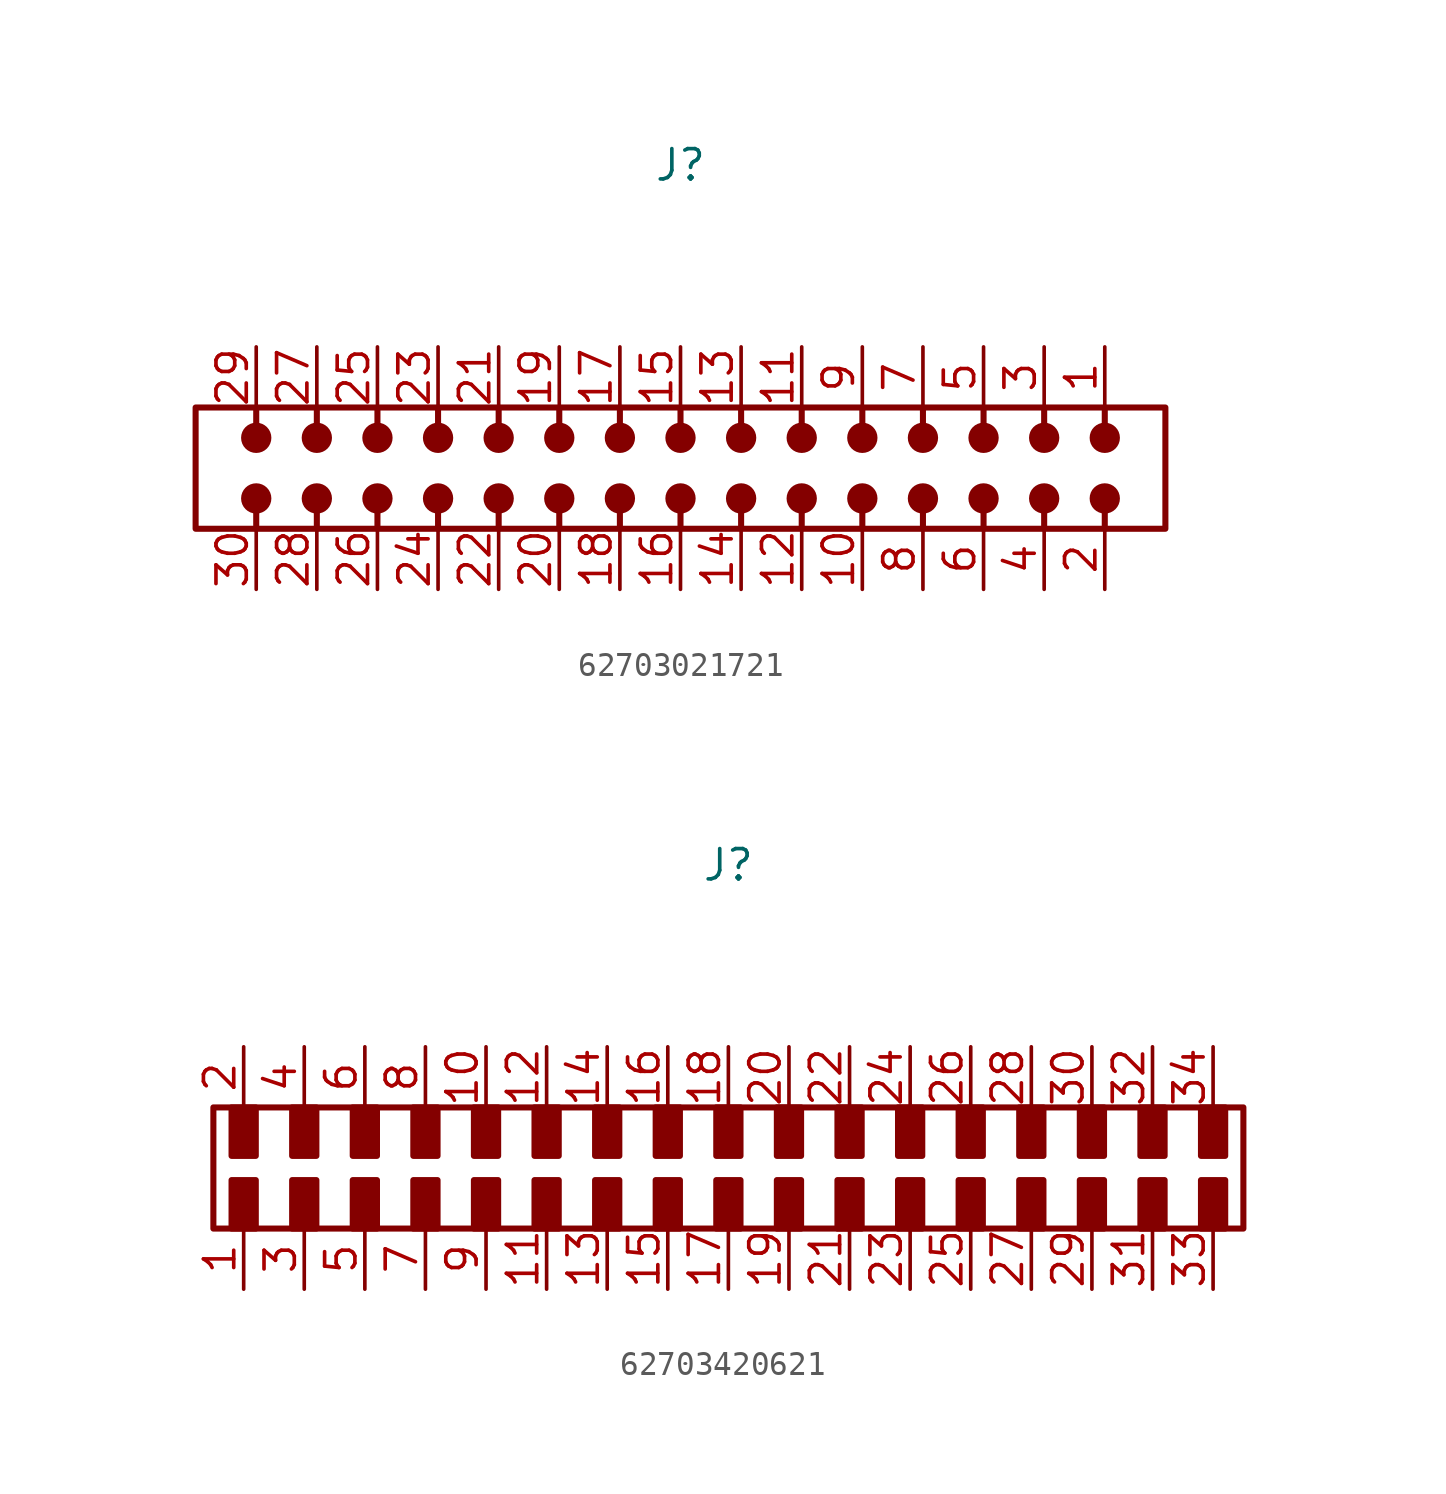
<source format=kicad_sym>
(kicad_symbol_lib
  (version 20241209)
  (generator "kicad_symbol_editor")
  (generator_version "9.0")
  (symbol "62703021721"
    (pin_names
      (hide yes))
    (property "Reference" "J"
      (at 0 12.7 0)
      (effects (font (size 1.27 1.27))))
    (symbol "62703021721_1_1"
      (rectangle (start -20.32 2.54) (end 20.32 -2.54) (stroke (width 0.254) (type solid)) (fill (type none)))
      (polyline (pts (xy -17.78 1.778) (xy -17.78 2.54)) (stroke (width 0.254) (type solid)) (fill (type none)))
      (circle (center -17.78 1.27) (radius 0.508) (stroke (width 0.254) (type solid)) (fill (type outline)))
      (circle (center -17.78 -1.27) (radius 0.508) (stroke (width 0.254) (type solid)) (fill (type outline)))
      (polyline (pts (xy -17.78 -1.778) (xy -17.78 -2.54)) (stroke (width 0.254) (type solid)) (fill (type none)))
      (polyline (pts (xy -15.24 1.778) (xy -15.24 2.54)) (stroke (width 0.254) (type solid)) (fill (type none)))
      (circle (center -15.24 1.27) (radius 0.508) (stroke (width 0.254) (type solid)) (fill (type outline)))
      (circle (center -15.24 -1.27) (radius 0.508) (stroke (width 0.254) (type solid)) (fill (type outline)))
      (polyline (pts (xy -15.24 -1.778) (xy -15.24 -2.54)) (stroke (width 0.254) (type solid)) (fill (type none)))
      (polyline (pts (xy -12.7 1.778) (xy -12.7 2.54)) (stroke (width 0.254) (type solid)) (fill (type none)))
      (circle (center -12.7 1.27) (radius 0.508) (stroke (width 0.254) (type solid)) (fill (type outline)))
      (circle (center -12.7 -1.27) (radius 0.508) (stroke (width 0.254) (type solid)) (fill (type outline)))
      (polyline (pts (xy -12.7 -1.778) (xy -12.7 -2.54)) (stroke (width 0.254) (type solid)) (fill (type none)))
      (polyline (pts (xy -10.16 1.778) (xy -10.16 2.54)) (stroke (width 0.254) (type solid)) (fill (type none)))
      (circle (center -10.16 1.27) (radius 0.508) (stroke (width 0.254) (type solid)) (fill (type outline)))
      (circle (center -10.16 -1.27) (radius 0.508) (stroke (width 0.254) (type solid)) (fill (type outline)))
      (polyline (pts (xy -10.16 -1.778) (xy -10.16 -2.54)) (stroke (width 0.254) (type solid)) (fill (type none)))
      (polyline (pts (xy -7.62 1.778) (xy -7.62 2.54)) (stroke (width 0.254) (type solid)) (fill (type none)))
      (circle (center -7.62 1.27) (radius 0.508) (stroke (width 0.254) (type solid)) (fill (type outline)))
      (circle (center -7.62 -1.27) (radius 0.508) (stroke (width 0.254) (type solid)) (fill (type outline)))
      (polyline (pts (xy -7.62 -1.778) (xy -7.62 -2.54)) (stroke (width 0.254) (type solid)) (fill (type none)))
      (polyline (pts (xy -5.08 1.778) (xy -5.08 2.54)) (stroke (width 0.254) (type solid)) (fill (type none)))
      (circle (center -5.08 1.27) (radius 0.508) (stroke (width 0.254) (type solid)) (fill (type outline)))
      (circle (center -5.08 -1.27) (radius 0.508) (stroke (width 0.254) (type solid)) (fill (type outline)))
      (polyline (pts (xy -5.08 -1.778) (xy -5.08 -2.54)) (stroke (width 0.254) (type solid)) (fill (type none)))
      (polyline (pts (xy -2.54 1.778) (xy -2.54 2.54)) (stroke (width 0.254) (type solid)) (fill (type none)))
      (circle (center -2.54 1.27) (radius 0.508) (stroke (width 0.254) (type solid)) (fill (type outline)))
      (circle (center -2.54 -1.27) (radius 0.508) (stroke (width 0.254) (type solid)) (fill (type outline)))
      (polyline (pts (xy -2.54 -1.778) (xy -2.54 -2.54)) (stroke (width 0.254) (type solid)) (fill (type none)))
      (polyline (pts (xy 0 1.778) (xy 0 2.54)) (stroke (width 0.254) (type solid)) (fill (type none)))
      (circle (center 0 1.27) (radius 0.508) (stroke (width 0.254) (type solid)) (fill (type outline)))
      (circle (center 0 -1.27) (radius 0.508) (stroke (width 0.254) (type solid)) (fill (type outline)))
      (polyline (pts (xy 0 -1.778) (xy 0 -2.54)) (stroke (width 0.254) (type solid)) (fill (type none)))
      (polyline (pts (xy 2.54 1.778) (xy 2.54 2.54)) (stroke (width 0.254) (type solid)) (fill (type none)))
      (circle (center 2.54 1.27) (radius 0.508) (stroke (width 0.254) (type solid)) (fill (type outline)))
      (circle (center 2.54 -1.27) (radius 0.508) (stroke (width 0.254) (type solid)) (fill (type outline)))
      (polyline (pts (xy 2.54 -1.778) (xy 2.54 -2.54)) (stroke (width 0.254) (type solid)) (fill (type none)))
      (polyline (pts (xy 5.08 1.778) (xy 5.08 2.54)) (stroke (width 0.254) (type solid)) (fill (type none)))
      (circle (center 5.08 1.27) (radius 0.508) (stroke (width 0.254) (type solid)) (fill (type outline)))
      (circle (center 5.08 -1.27) (radius 0.508) (stroke (width 0.254) (type solid)) (fill (type outline)))
      (polyline (pts (xy 5.08 -1.778) (xy 5.08 -2.54)) (stroke (width 0.254) (type solid)) (fill (type none)))
      (polyline (pts (xy 7.62 1.778) (xy 7.62 2.54)) (stroke (width 0.254) (type solid)) (fill (type none)))
      (circle (center 7.62 1.27) (radius 0.508) (stroke (width 0.254) (type solid)) (fill (type outline)))
      (circle (center 7.62 -1.27) (radius 0.508) (stroke (width 0.254) (type solid)) (fill (type outline)))
      (polyline (pts (xy 7.62 -1.778) (xy 7.62 -2.54)) (stroke (width 0.254) (type solid)) (fill (type none)))
      (polyline (pts (xy 10.16 1.778) (xy 10.16 2.54)) (stroke (width 0.254) (type solid)) (fill (type none)))
      (circle (center 10.16 1.27) (radius 0.508) (stroke (width 0.254) (type solid)) (fill (type outline)))
      (circle (center 10.16 -1.27) (radius 0.508) (stroke (width 0.254) (type solid)) (fill (type outline)))
      (polyline (pts (xy 10.16 -1.778) (xy 10.16 -2.54)) (stroke (width 0.254) (type solid)) (fill (type none)))
      (polyline (pts (xy 12.7 1.778) (xy 12.7 2.54)) (stroke (width 0.254) (type solid)) (fill (type none)))
      (circle (center 12.7 1.27) (radius 0.508) (stroke (width 0.254) (type solid)) (fill (type outline)))
      (circle (center 12.7 -1.27) (radius 0.508) (stroke (width 0.254) (type solid)) (fill (type outline)))
      (polyline (pts (xy 12.7 -1.778) (xy 12.7 -2.54)) (stroke (width 0.254) (type solid)) (fill (type none)))
      (polyline (pts (xy 15.24 1.778) (xy 15.24 2.54)) (stroke (width 0.254) (type solid)) (fill (type none)))
      (circle (center 15.24 1.27) (radius 0.508) (stroke (width 0.254) (type solid)) (fill (type outline)))
      (circle (center 15.24 -1.27) (radius 0.508) (stroke (width 0.254) (type solid)) (fill (type outline)))
      (polyline (pts (xy 15.24 -1.778) (xy 15.24 -2.54)) (stroke (width 0.254) (type solid)) (fill (type none)))
      (polyline (pts (xy 17.78 1.778) (xy 17.78 2.54)) (stroke (width 0.254) (type solid)) (fill (type none)))
      (circle (center 17.78 1.27) (radius 0.508) (stroke (width 0.254) (type solid)) (fill (type outline)))
      (circle (center 17.78 -1.27) (radius 0.508) (stroke (width 0.254) (type solid)) (fill (type outline)))
      (polyline (pts (xy 17.78 -1.778) (xy 17.78 -2.54)) (stroke (width 0.254) (type solid)) (fill (type none)))
      (pin passive line (at -17.78 5.08 270) (length 2.54) (name "29" (effects (font (size 1.27 1.27)))) (number "29" (effects (font (size 1.27 1.27)))))
      (pin passive line (at -17.78 -5.08 90) (length 2.54) (name "30" (effects (font (size 1.27 1.27)))) (number "30" (effects (font (size 1.27 1.27)))))
      (pin passive line (at -15.24 5.08 270) (length 2.54) (name "27" (effects (font (size 1.27 1.27)))) (number "27" (effects (font (size 1.27 1.27)))))
      (pin passive line (at -15.24 -5.08 90) (length 2.54) (name "28" (effects (font (size 1.27 1.27)))) (number "28" (effects (font (size 1.27 1.27)))))
      (pin passive line (at -12.7 5.08 270) (length 2.54) (name "25" (effects (font (size 1.27 1.27)))) (number "25" (effects (font (size 1.27 1.27)))))
      (pin passive line (at -12.7 -5.08 90) (length 2.54) (name "26" (effects (font (size 1.27 1.27)))) (number "26" (effects (font (size 1.27 1.27)))))
      (pin passive line (at -10.16 5.08 270) (length 2.54) (name "23" (effects (font (size 1.27 1.27)))) (number "23" (effects (font (size 1.27 1.27)))))
      (pin passive line (at -10.16 -5.08 90) (length 2.54) (name "24" (effects (font (size 1.27 1.27)))) (number "24" (effects (font (size 1.27 1.27)))))
      (pin passive line (at -7.62 5.08 270) (length 2.54) (name "21" (effects (font (size 1.27 1.27)))) (number "21" (effects (font (size 1.27 1.27)))))
      (pin passive line (at -7.62 -5.08 90) (length 2.54) (name "22" (effects (font (size 1.27 1.27)))) (number "22" (effects (font (size 1.27 1.27)))))
      (pin passive line (at -5.08 5.08 270) (length 2.54) (name "19" (effects (font (size 1.27 1.27)))) (number "19" (effects (font (size 1.27 1.27)))))
      (pin passive line (at -5.08 -5.08 90) (length 2.54) (name "20" (effects (font (size 1.27 1.27)))) (number "20" (effects (font (size 1.27 1.27)))))
      (pin passive line (at -2.54 5.08 270) (length 2.54) (name "17" (effects (font (size 1.27 1.27)))) (number "17" (effects (font (size 1.27 1.27)))))
      (pin passive line (at -2.54 -5.08 90) (length 2.54) (name "18" (effects (font (size 1.27 1.27)))) (number "18" (effects (font (size 1.27 1.27)))))
      (pin passive line (at 0 5.08 270) (length 2.54) (name "15" (effects (font (size 1.27 1.27)))) (number "15" (effects (font (size 1.27 1.27)))))
      (pin passive line (at 0 -5.08 90) (length 2.54) (name "16" (effects (font (size 1.27 1.27)))) (number "16" (effects (font (size 1.27 1.27)))))
      (pin passive line (at 2.54 5.08 270) (length 2.54) (name "13" (effects (font (size 1.27 1.27)))) (number "13" (effects (font (size 1.27 1.27)))))
      (pin passive line (at 2.54 -5.08 90) (length 2.54) (name "14" (effects (font (size 1.27 1.27)))) (number "14" (effects (font (size 1.27 1.27)))))
      (pin passive line (at 5.08 5.08 270) (length 2.54) (name "11" (effects (font (size 1.27 1.27)))) (number "11" (effects (font (size 1.27 1.27)))))
      (pin passive line (at 5.08 -5.08 90) (length 2.54) (name "12" (effects (font (size 1.27 1.27)))) (number "12" (effects (font (size 1.27 1.27)))))
      (pin passive line (at 7.62 5.08 270) (length 2.54) (name "9" (effects (font (size 1.27 1.27)))) (number "9" (effects (font (size 1.27 1.27)))))
      (pin passive line (at 7.62 -5.08 90) (length 2.54) (name "10" (effects (font (size 1.27 1.27)))) (number "10" (effects (font (size 1.27 1.27)))))
      (pin passive line (at 10.16 5.08 270) (length 2.54) (name "7" (effects (font (size 1.27 1.27)))) (number "7" (effects (font (size 1.27 1.27)))))
      (pin passive line (at 10.16 -5.08 90) (length 2.54) (name "8" (effects (font (size 1.27 1.27)))) (number "8" (effects (font (size 1.27 1.27)))))
      (pin passive line (at 12.7 5.08 270) (length 2.54) (name "5" (effects (font (size 1.27 1.27)))) (number "5" (effects (font (size 1.27 1.27)))))
      (pin passive line (at 12.7 -5.08 90) (length 2.54) (name "6" (effects (font (size 1.27 1.27)))) (number "6" (effects (font (size 1.27 1.27)))))
      (pin passive line (at 15.24 5.08 270) (length 2.54) (name "3" (effects (font (size 1.27 1.27)))) (number "3" (effects (font (size 1.27 1.27)))))
      (pin passive line (at 15.24 -5.08 90) (length 2.54) (name "4" (effects (font (size 1.27 1.27)))) (number "4" (effects (font (size 1.27 1.27)))))
      (pin passive line (at 17.78 5.08 270) (length 2.54) (name "1" (effects (font (size 1.27 1.27)))) (number "1" (effects (font (size 1.27 1.27)))))
      (pin passive line (at 17.78 -5.08 90) (length 2.54) (name "2" (effects (font (size 1.27 1.27)))) (number "2" (effects (font (size 1.27 1.27)))))))
  (symbol "62703420621"
    (pin_names
      (hide yes))
    (property "Reference" "J"
      (at 0 12.7 0)
      (effects (font (size 1.27 1.27))))
    (symbol "62703420621_1_1"
      (rectangle (start -21.59 2.54) (end 21.59 -2.54) (stroke (width 0.254) (type solid)) (fill (type none)))
      (rectangle (start -20.828 2.54) (end -19.812 0.508) (stroke (width 0.254) (type solid)) (fill (type outline)))
      (rectangle (start -20.828 -0.508) (end -19.812 -2.54) (stroke (width 0.254) (type solid)) (fill (type outline)))
      (rectangle (start -18.288 2.54) (end -17.272 0.508) (stroke (width 0.254) (type solid)) (fill (type outline)))
      (rectangle (start -18.288 -0.508) (end -17.272 -2.54) (stroke (width 0.254) (type solid)) (fill (type outline)))
      (rectangle (start -15.748 2.54) (end -14.732 0.508) (stroke (width 0.254) (type solid)) (fill (type outline)))
      (rectangle (start -15.748 -0.508) (end -14.732 -2.54) (stroke (width 0.254) (type solid)) (fill (type outline)))
      (rectangle (start -13.208 2.54) (end -12.192 0.508) (stroke (width 0.254) (type solid)) (fill (type outline)))
      (rectangle (start -13.208 -0.508) (end -12.192 -2.54) (stroke (width 0.254) (type solid)) (fill (type outline)))
      (rectangle (start -10.668 2.54) (end -9.652 0.508) (stroke (width 0.254) (type solid)) (fill (type outline)))
      (rectangle (start -10.668 -0.508) (end -9.652 -2.54) (stroke (width 0.254) (type solid)) (fill (type outline)))
      (rectangle (start -8.128 2.54) (end -7.112 0.508) (stroke (width 0.254) (type solid)) (fill (type outline)))
      (rectangle (start -8.128 -0.508) (end -7.112 -2.54) (stroke (width 0.254) (type solid)) (fill (type outline)))
      (rectangle (start -5.588 2.54) (end -4.572 0.508) (stroke (width 0.254) (type solid)) (fill (type outline)))
      (rectangle (start -5.588 -0.508) (end -4.572 -2.54) (stroke (width 0.254) (type solid)) (fill (type outline)))
      (rectangle (start -3.048 2.54) (end -2.032 0.508) (stroke (width 0.254) (type solid)) (fill (type outline)))
      (rectangle (start -3.048 -0.508) (end -2.032 -2.54) (stroke (width 0.254) (type solid)) (fill (type outline)))
      (rectangle (start -0.508 2.54) (end 0.508 0.508) (stroke (width 0.254) (type solid)) (fill (type outline)))
      (rectangle (start -0.508 -0.508) (end 0.508 -2.54) (stroke (width 0.254) (type solid)) (fill (type outline)))
      (rectangle (start 2.032 2.54) (end 3.048 0.508) (stroke (width 0.254) (type solid)) (fill (type outline)))
      (rectangle (start 2.032 -0.508) (end 3.048 -2.54) (stroke (width 0.254) (type solid)) (fill (type outline)))
      (rectangle (start 4.572 2.54) (end 5.588 0.508) (stroke (width 0.254) (type solid)) (fill (type outline)))
      (rectangle (start 4.572 -0.508) (end 5.588 -2.54) (stroke (width 0.254) (type solid)) (fill (type outline)))
      (rectangle (start 7.112 2.54) (end 8.128 0.508) (stroke (width 0.254) (type solid)) (fill (type outline)))
      (rectangle (start 7.112 -0.508) (end 8.128 -2.54) (stroke (width 0.254) (type solid)) (fill (type outline)))
      (rectangle (start 9.652 2.54) (end 10.668 0.508) (stroke (width 0.254) (type solid)) (fill (type outline)))
      (rectangle (start 9.652 -0.508) (end 10.668 -2.54) (stroke (width 0.254) (type solid)) (fill (type outline)))
      (rectangle (start 12.192 2.54) (end 13.208 0.508) (stroke (width 0.254) (type solid)) (fill (type outline)))
      (rectangle (start 12.192 -0.508) (end 13.208 -2.54) (stroke (width 0.254) (type solid)) (fill (type outline)))
      (rectangle (start 14.732 2.54) (end 15.748 0.508) (stroke (width 0.254) (type solid)) (fill (type outline)))
      (rectangle (start 14.732 -0.508) (end 15.748 -2.54) (stroke (width 0.254) (type solid)) (fill (type outline)))
      (rectangle (start 17.272 2.54) (end 18.288 0.508) (stroke (width 0.254) (type solid)) (fill (type outline)))
      (rectangle (start 17.272 -0.508) (end 18.288 -2.54) (stroke (width 0.254) (type solid)) (fill (type outline)))
      (rectangle (start 19.812 2.54) (end 20.828 0.508) (stroke (width 0.254) (type solid)) (fill (type outline)))
      (rectangle (start 19.812 -0.508) (end 20.828 -2.54) (stroke (width 0.254) (type solid)) (fill (type outline)))
      (pin passive line (at -20.32 5.08 270) (length 2.54) (name "2" (effects (font (size 1.27 1.27)))) (number "2" (effects (font (size 1.27 1.27)))))
      (pin passive line (at -20.32 -5.08 90) (length 2.54) (name "1" (effects (font (size 1.27 1.27)))) (number "1" (effects (font (size 1.27 1.27)))))
      (pin passive line (at -17.78 5.08 270) (length 2.54) (name "4" (effects (font (size 1.27 1.27)))) (number "4" (effects (font (size 1.27 1.27)))))
      (pin passive line (at -17.78 -5.08 90) (length 2.54) (name "3" (effects (font (size 1.27 1.27)))) (number "3" (effects (font (size 1.27 1.27)))))
      (pin passive line (at -15.24 5.08 270) (length 2.54) (name "6" (effects (font (size 1.27 1.27)))) (number "6" (effects (font (size 1.27 1.27)))))
      (pin passive line (at -15.24 -5.08 90) (length 2.54) (name "5" (effects (font (size 1.27 1.27)))) (number "5" (effects (font (size 1.27 1.27)))))
      (pin passive line (at -12.7 5.08 270) (length 2.54) (name "8" (effects (font (size 1.27 1.27)))) (number "8" (effects (font (size 1.27 1.27)))))
      (pin passive line (at -12.7 -5.08 90) (length 2.54) (name "7" (effects (font (size 1.27 1.27)))) (number "7" (effects (font (size 1.27 1.27)))))
      (pin passive line (at -10.16 5.08 270) (length 2.54) (name "10" (effects (font (size 1.27 1.27)))) (number "10" (effects (font (size 1.27 1.27)))))
      (pin passive line (at -10.16 -5.08 90) (length 2.54) (name "9" (effects (font (size 1.27 1.27)))) (number "9" (effects (font (size 1.27 1.27)))))
      (pin passive line (at -7.62 5.08 270) (length 2.54) (name "12" (effects (font (size 1.27 1.27)))) (number "12" (effects (font (size 1.27 1.27)))))
      (pin passive line (at -7.62 -5.08 90) (length 2.54) (name "11" (effects (font (size 1.27 1.27)))) (number "11" (effects (font (size 1.27 1.27)))))
      (pin passive line (at -5.08 5.08 270) (length 2.54) (name "14" (effects (font (size 1.27 1.27)))) (number "14" (effects (font (size 1.27 1.27)))))
      (pin passive line (at -5.08 -5.08 90) (length 2.54) (name "13" (effects (font (size 1.27 1.27)))) (number "13" (effects (font (size 1.27 1.27)))))
      (pin passive line (at -2.54 5.08 270) (length 2.54) (name "16" (effects (font (size 1.27 1.27)))) (number "16" (effects (font (size 1.27 1.27)))))
      (pin passive line (at -2.54 -5.08 90) (length 2.54) (name "15" (effects (font (size 1.27 1.27)))) (number "15" (effects (font (size 1.27 1.27)))))
      (pin passive line (at 0 5.08 270) (length 2.54) (name "18" (effects (font (size 1.27 1.27)))) (number "18" (effects (font (size 1.27 1.27)))))
      (pin passive line (at 0 -5.08 90) (length 2.54) (name "17" (effects (font (size 1.27 1.27)))) (number "17" (effects (font (size 1.27 1.27)))))
      (pin passive line (at 2.54 5.08 270) (length 2.54) (name "20" (effects (font (size 1.27 1.27)))) (number "20" (effects (font (size 1.27 1.27)))))
      (pin passive line (at 2.54 -5.08 90) (length 2.54) (name "19" (effects (font (size 1.27 1.27)))) (number "19" (effects (font (size 1.27 1.27)))))
      (pin passive line (at 5.08 5.08 270) (length 2.54) (name "22" (effects (font (size 1.27 1.27)))) (number "22" (effects (font (size 1.27 1.27)))))
      (pin passive line (at 5.08 -5.08 90) (length 2.54) (name "21" (effects (font (size 1.27 1.27)))) (number "21" (effects (font (size 1.27 1.27)))))
      (pin passive line (at 7.62 5.08 270) (length 2.54) (name "24" (effects (font (size 1.27 1.27)))) (number "24" (effects (font (size 1.27 1.27)))))
      (pin passive line (at 7.62 -5.08 90) (length 2.54) (name "23" (effects (font (size 1.27 1.27)))) (number "23" (effects (font (size 1.27 1.27)))))
      (pin passive line (at 10.16 5.08 270) (length 2.54) (name "26" (effects (font (size 1.27 1.27)))) (number "26" (effects (font (size 1.27 1.27)))))
      (pin passive line (at 10.16 -5.08 90) (length 2.54) (name "25" (effects (font (size 1.27 1.27)))) (number "25" (effects (font (size 1.27 1.27)))))
      (pin passive line (at 12.7 5.08 270) (length 2.54) (name "28" (effects (font (size 1.27 1.27)))) (number "28" (effects (font (size 1.27 1.27)))))
      (pin passive line (at 12.7 -5.08 90) (length 2.54) (name "27" (effects (font (size 1.27 1.27)))) (number "27" (effects (font (size 1.27 1.27)))))
      (pin passive line (at 15.24 5.08 270) (length 2.54) (name "30" (effects (font (size 1.27 1.27)))) (number "30" (effects (font (size 1.27 1.27)))))
      (pin passive line (at 15.24 -5.08 90) (length 2.54) (name "29" (effects (font (size 1.27 1.27)))) (number "29" (effects (font (size 1.27 1.27)))))
      (pin passive line (at 17.78 5.08 270) (length 2.54) (name "32" (effects (font (size 1.27 1.27)))) (number "32" (effects (font (size 1.27 1.27)))))
      (pin passive line (at 17.78 -5.08 90) (length 2.54) (name "31" (effects (font (size 1.27 1.27)))) (number "31" (effects (font (size 1.27 1.27)))))
      (pin passive line (at 20.32 5.08 270) (length 2.54) (name "34" (effects (font (size 1.27 1.27)))) (number "34" (effects (font (size 1.27 1.27)))))
      (pin passive line (at 20.32 -5.08 90) (length 2.54) (name "33" (effects (font (size 1.27 1.27)))) (number "33" (effects (font (size 1.27 1.27))))))))
</source>
